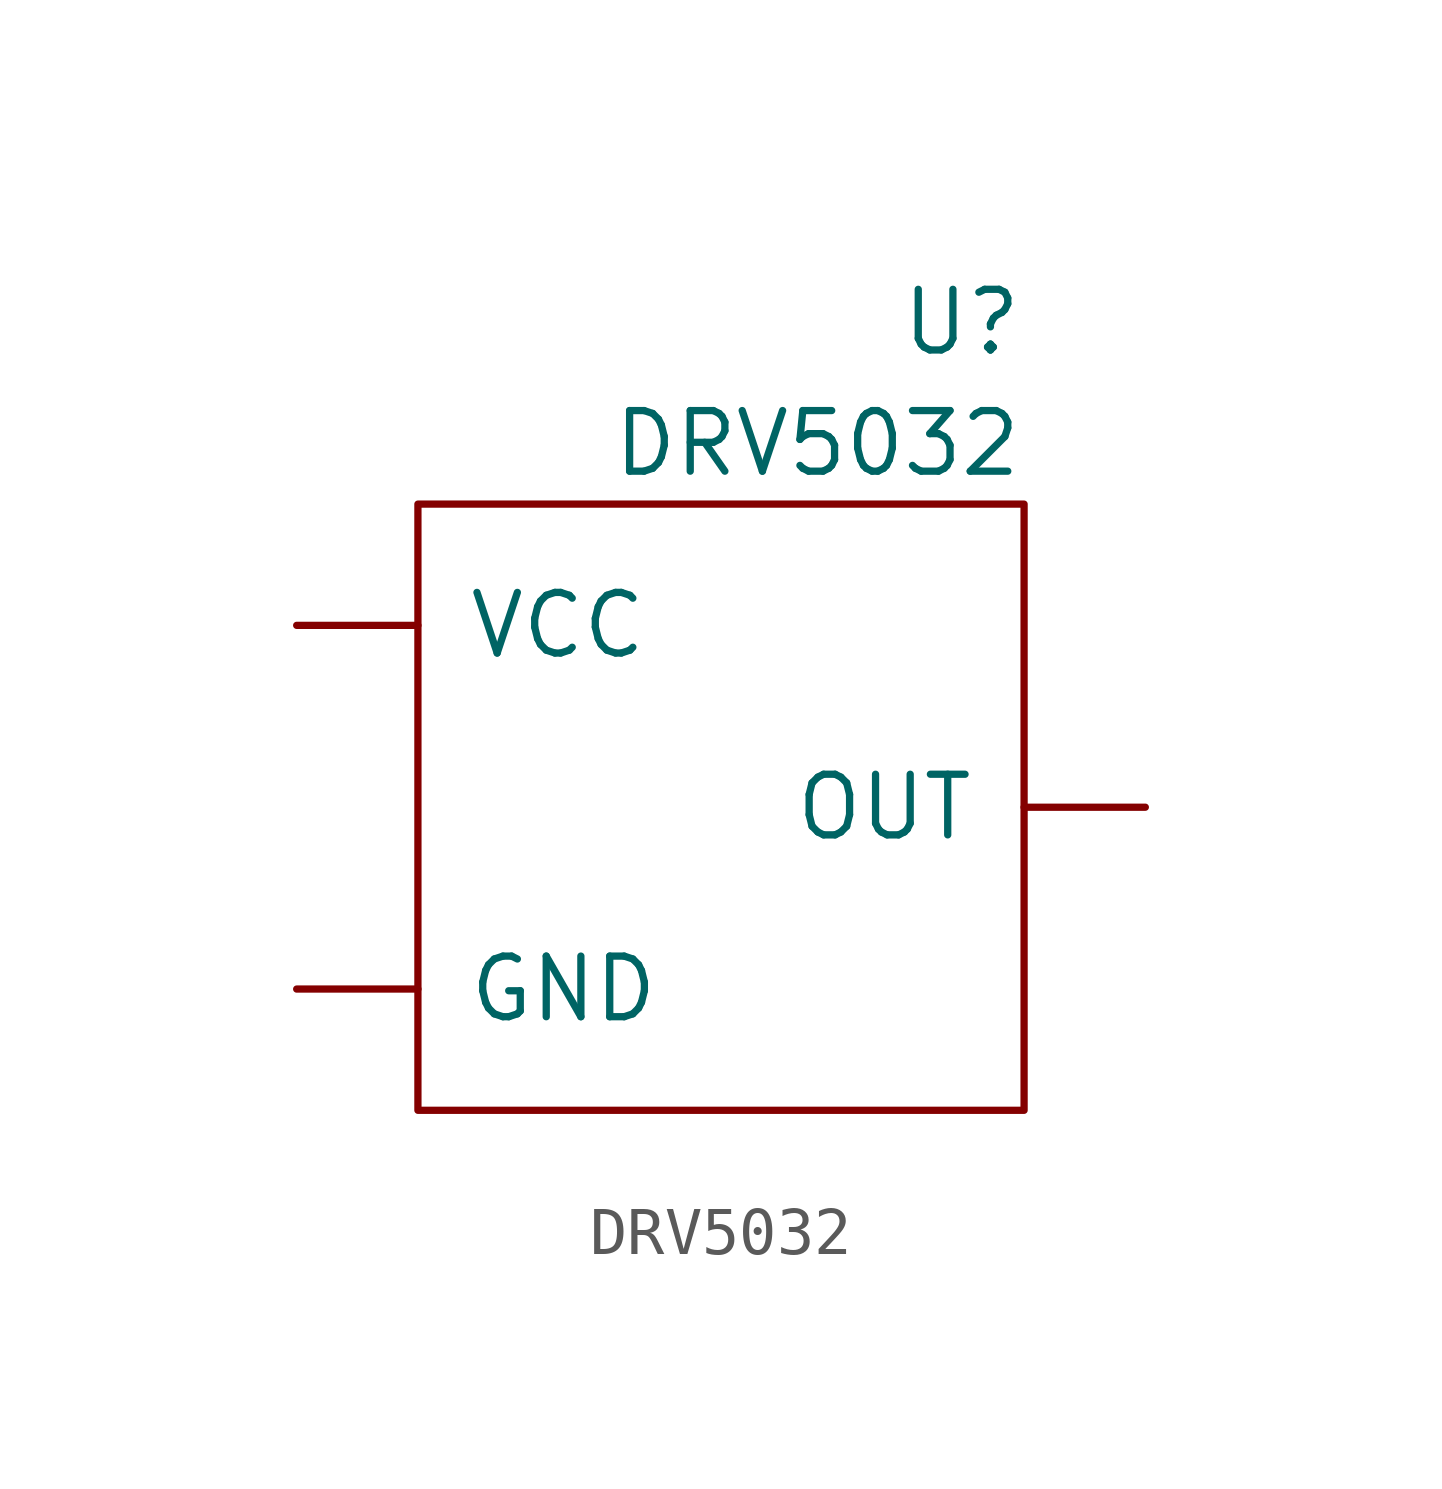
<source format=kicad_sym>
(kicad_symbol_lib
  (version 20241209)
  (generator "kicad_symbol_editor")
  (generator_version "9.0")
  (symbol "DRV5032"
    (pin_numbers
      (hide yes))
    (pin_names
      (offset 1.016))
    (property "Reference" "U"
      (at 6.35 10.16 0)
      (effects (font (size 1.27 1.27)) (justify right)))
    (property "Value" "DRV5032"
      (at 6.35 7.62 0)
      (effects (font (size 1.27 1.27)) (justify right)))
    (symbol "DRV5032_0_0"
      (pin power_in line (at -8.89 3.81 0) (length 2.54) (name "VCC" (effects (font (size 1.27 1.27)))) (number "1" (effects (font (size 1.27 1.27)))))
      (pin power_in line (at -8.89 -3.81 0) (length 2.54) (name "GND" (effects (font (size 1.27 1.27)))) (number "3" (effects (font (size 1.27 1.27))))))
    (symbol "DRV5032_0_1"
      (rectangle (start -6.35 6.35) (end 6.35 -6.35) (stroke (width 0) (type default)) (fill (type none))))
    (symbol "DRV5032_1_0"
      (pin output line (at 8.89 0 180) (length 2.54) (name "OUT" (effects (font (size 1.27 1.27)))) (number "2" (effects (font (size 1.27 1.27))))))))
</source>
